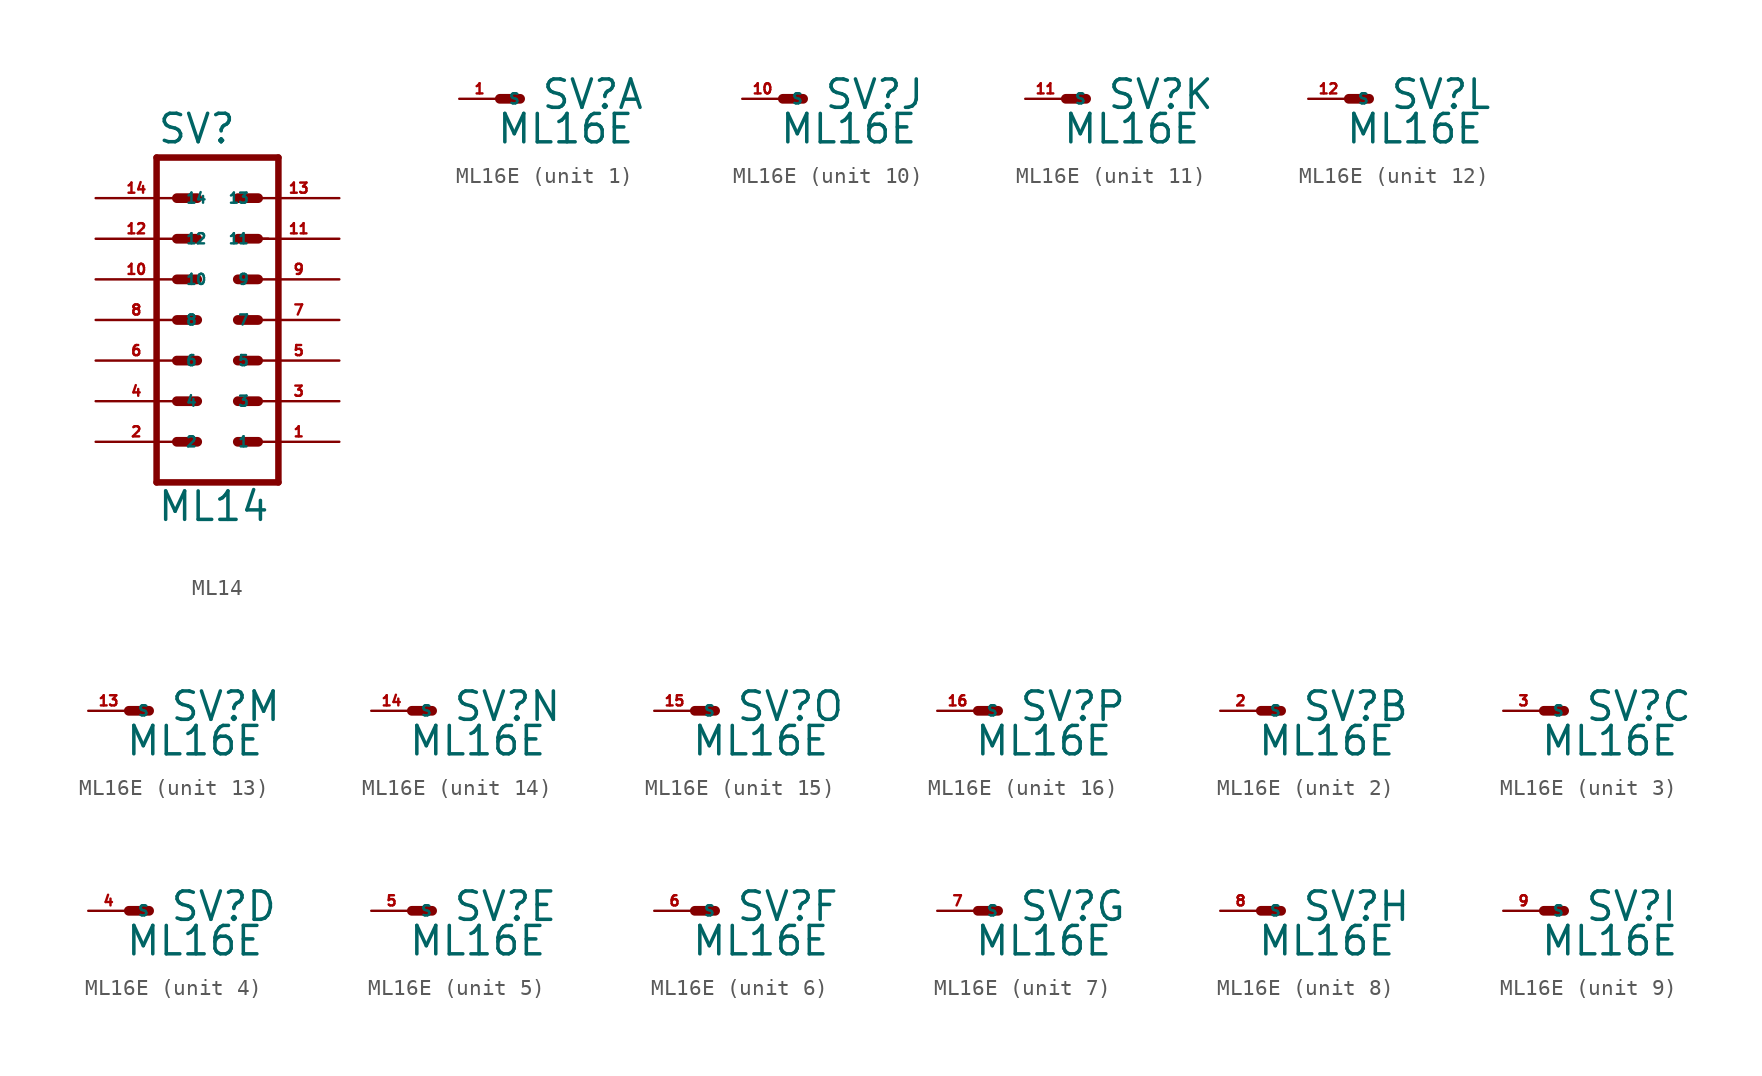
<source format=kicad_sym>
(kicad_symbol_lib
  (version 20220914)
  (generator Eagle2Kicad)
  (symbol "ML14"
    (property "Reference" "SV"
      (at -3.81 10.922 0)
      (effects (font (size 1.778 1.778) (thickness 0.22)) (justify left bottom)))
    (property "Value" "ML14"
      (at -3.81 -12.7 0)
      (effects (font (size 1.778 1.778) (thickness 0.22)) (justify left bottom)))
    (polyline
      (pts (xy 3.81 -10.16) (xy -3.81 -10.16))
      (stroke (width 0.406) (type default))
      (fill (type none)))
    (polyline
      (pts (xy -3.81 10.16) (xy -3.81 -10.16))
      (stroke (width 0.406) (type default))
      (fill (type none)))
    (polyline
      (pts (xy -3.81 10.16) (xy 3.81 10.16))
      (stroke (width 0.406) (type default))
      (fill (type none)))
    (polyline
      (pts (xy 3.81 -10.16) (xy 3.81 10.16))
      (stroke (width 0.406) (type default))
      (fill (type none)))
    (polyline
      (pts (xy 2.54 5.08) (xy 3.175 5.08))
      (stroke (width 0.152) (type default))
      (fill (type none)))
    (polyline
      (pts (xy 1.27 2.54) (xy 2.54 2.54))
      (stroke (width 0.61) (type default))
      (fill (type none)))
    (polyline
      (pts (xy 1.27 0) (xy 2.54 0))
      (stroke (width 0.61) (type default))
      (fill (type none)))
    (polyline
      (pts (xy 1.27 -2.54) (xy 2.54 -2.54))
      (stroke (width 0.61) (type default))
      (fill (type none)))
    (polyline
      (pts (xy 1.27 -5.08) (xy 2.54 -5.08))
      (stroke (width 0.61) (type default))
      (fill (type none)))
    (polyline
      (pts (xy 1.27 -7.62) (xy 2.54 -7.62))
      (stroke (width 0.61) (type default))
      (fill (type none)))
    (polyline
      (pts (xy -2.54 2.54) (xy -1.27 2.54))
      (stroke (width 0.61) (type default))
      (fill (type none)))
    (polyline
      (pts (xy -2.54 0) (xy -1.27 0))
      (stroke (width 0.61) (type default))
      (fill (type none)))
    (polyline
      (pts (xy -2.54 -2.54) (xy -1.27 -2.54))
      (stroke (width 0.61) (type default))
      (fill (type none)))
    (polyline
      (pts (xy -2.54 -5.08) (xy -1.27 -5.08))
      (stroke (width 0.61) (type default))
      (fill (type none)))
    (polyline
      (pts (xy -2.54 -7.62) (xy -1.27 -7.62))
      (stroke (width 0.61) (type default))
      (fill (type none)))
    (polyline
      (pts (xy 1.27 5.08) (xy 2.54 5.08))
      (stroke (width 0.61) (type default))
      (fill (type none)))
    (polyline
      (pts (xy 1.27 7.62) (xy 2.54 7.62))
      (stroke (width 0.61) (type default))
      (fill (type none)))
    (polyline
      (pts (xy -2.54 5.08) (xy -1.27 5.08))
      (stroke (width 0.61) (type default))
      (fill (type none)))
    (polyline
      (pts (xy -2.54 7.62) (xy -1.27 7.62))
      (stroke (width 0.61) (type default))
      (fill (type none)))
    (pin passive line
      (at 7.62 -7.62 180)
      (length 5.08)
      (name "1" (effects (font (size 0.635 0.635) (thickness 0.08)) (justify left bottom)))
      (number "1" (effects (font (size 0.635 0.635) (thickness 0.08)) (justify left bottom))))
    (pin passive line
      (at 7.62 -5.08 180)
      (length 5.08)
      (name "3" (effects (font (size 0.635 0.635) (thickness 0.08)) (justify left bottom)))
      (number "3" (effects (font (size 0.635 0.635) (thickness 0.08)) (justify left bottom))))
    (pin passive line
      (at 7.62 -2.54 180)
      (length 5.08)
      (name "5" (effects (font (size 0.635 0.635) (thickness 0.08)) (justify left bottom)))
      (number "5" (effects (font (size 0.635 0.635) (thickness 0.08)) (justify left bottom))))
    (pin passive line
      (at 7.62 0 180)
      (length 5.08)
      (name "7" (effects (font (size 0.635 0.635) (thickness 0.08)) (justify left bottom)))
      (number "7" (effects (font (size 0.635 0.635) (thickness 0.08)) (justify left bottom))))
    (pin passive line
      (at 7.62 2.54 180)
      (length 5.08)
      (name "9" (effects (font (size 0.635 0.635) (thickness 0.08)) (justify left bottom)))
      (number "9" (effects (font (size 0.635 0.635) (thickness 0.08)) (justify left bottom))))
    (pin passive line
      (at 7.62 5.08 180)
      (length 5.08)
      (name "11" (effects (font (size 0.635 0.635) (thickness 0.08)) (justify left bottom)))
      (number "11" (effects (font (size 0.635 0.635) (thickness 0.08)) (justify left bottom))))
    (pin passive line
      (at 7.62 7.62 180)
      (length 5.08)
      (name "13" (effects (font (size 0.635 0.635) (thickness 0.08)) (justify left bottom)))
      (number "13" (effects (font (size 0.635 0.635) (thickness 0.08)) (justify left bottom))))
    (pin passive line
      (at -7.62 -7.62 0)
      (length 5.08)
      (name "2" (effects (font (size 0.635 0.635) (thickness 0.08)) (justify left bottom)))
      (number "2" (effects (font (size 0.635 0.635) (thickness 0.08)) (justify left bottom))))
    (pin passive line
      (at -7.62 -5.08 0)
      (length 5.08)
      (name "4" (effects (font (size 0.635 0.635) (thickness 0.08)) (justify left bottom)))
      (number "4" (effects (font (size 0.635 0.635) (thickness 0.08)) (justify left bottom))))
    (pin passive line
      (at -7.62 -2.54 0)
      (length 5.08)
      (name "6" (effects (font (size 0.635 0.635) (thickness 0.08)) (justify left bottom)))
      (number "6" (effects (font (size 0.635 0.635) (thickness 0.08)) (justify left bottom))))
    (pin passive line
      (at -7.62 5.08 0)
      (length 5.08)
      (name "12" (effects (font (size 0.635 0.635) (thickness 0.08)) (justify left bottom)))
      (number "12" (effects (font (size 0.635 0.635) (thickness 0.08)) (justify left bottom))))
    (pin passive line
      (at -7.62 7.62 0)
      (length 5.08)
      (name "14" (effects (font (size 0.635 0.635) (thickness 0.08)) (justify left bottom)))
      (number "14" (effects (font (size 0.635 0.635) (thickness 0.08)) (justify left bottom))))
    (pin passive line
      (at -7.62 0 0)
      (length 5.08)
      (name "8" (effects (font (size 0.635 0.635) (thickness 0.08)) (justify left bottom)))
      (number "8" (effects (font (size 0.635 0.635) (thickness 0.08)) (justify left bottom))))
    (pin passive line
      (at -7.62 2.54 0)
      (length 5.08)
      (name "10" (effects (font (size 0.635 0.635) (thickness 0.08)) (justify left bottom)))
      (number "10" (effects (font (size 0.635 0.635) (thickness 0.08)) (justify left bottom)))))
  (symbol "ML16E"
    (property "Reference" "SV"
      (at 2.54 -0.762 0)
      (effects (font (size 1.778 1.778) (thickness 0.22)) (justify left bottom)))
    (property "Value" "ML16E"
      (at -0.254 -2.921 0)
      (effects (font (size 1.778 1.778) (thickness 0.22)) (justify left bottom)))
    (symbol "ML16E_1_0"
      (polyline (pts (xy 1.27 0) (xy 0 0)) (stroke (width 0.61) (type default)) (fill (type none)))
      (pin passive line (at -2.54 0 0) (length 2.54) (name "S" (effects (font (size 0.635 0.635) (thickness 0.08)) (justify left bottom))) (number "1" (effects (font (size 0.635 0.635) (thickness 0.08)) (justify left bottom)))))
    (symbol "ML16E_2_0"
      (polyline (pts (xy 1.27 0) (xy 0 0)) (stroke (width 0.61) (type default)) (fill (type none)))
      (pin passive line (at -2.54 0 0) (length 2.54) (name "S" (effects (font (size 0.635 0.635) (thickness 0.08)) (justify left bottom))) (number "2" (effects (font (size 0.635 0.635) (thickness 0.08)) (justify left bottom)))))
    (symbol "ML16E_3_0"
      (polyline (pts (xy 1.27 0) (xy 0 0)) (stroke (width 0.61) (type default)) (fill (type none)))
      (pin passive line (at -2.54 0 0) (length 2.54) (name "S" (effects (font (size 0.635 0.635) (thickness 0.08)) (justify left bottom))) (number "3" (effects (font (size 0.635 0.635) (thickness 0.08)) (justify left bottom)))))
    (symbol "ML16E_4_0"
      (polyline (pts (xy 1.27 0) (xy 0 0)) (stroke (width 0.61) (type default)) (fill (type none)))
      (pin passive line (at -2.54 0 0) (length 2.54) (name "S" (effects (font (size 0.635 0.635) (thickness 0.08)) (justify left bottom))) (number "4" (effects (font (size 0.635 0.635) (thickness 0.08)) (justify left bottom)))))
    (symbol "ML16E_5_0"
      (polyline (pts (xy 1.27 0) (xy 0 0)) (stroke (width 0.61) (type default)) (fill (type none)))
      (pin passive line (at -2.54 0 0) (length 2.54) (name "S" (effects (font (size 0.635 0.635) (thickness 0.08)) (justify left bottom))) (number "5" (effects (font (size 0.635 0.635) (thickness 0.08)) (justify left bottom)))))
    (symbol "ML16E_6_0"
      (polyline (pts (xy 1.27 0) (xy 0 0)) (stroke (width 0.61) (type default)) (fill (type none)))
      (pin passive line (at -2.54 0 0) (length 2.54) (name "S" (effects (font (size 0.635 0.635) (thickness 0.08)) (justify left bottom))) (number "6" (effects (font (size 0.635 0.635) (thickness 0.08)) (justify left bottom)))))
    (symbol "ML16E_7_0"
      (polyline (pts (xy 1.27 0) (xy 0 0)) (stroke (width 0.61) (type default)) (fill (type none)))
      (pin passive line (at -2.54 0 0) (length 2.54) (name "S" (effects (font (size 0.635 0.635) (thickness 0.08)) (justify left bottom))) (number "7" (effects (font (size 0.635 0.635) (thickness 0.08)) (justify left bottom)))))
    (symbol "ML16E_8_0"
      (polyline (pts (xy 1.27 0) (xy 0 0)) (stroke (width 0.61) (type default)) (fill (type none)))
      (pin passive line (at -2.54 0 0) (length 2.54) (name "S" (effects (font (size 0.635 0.635) (thickness 0.08)) (justify left bottom))) (number "8" (effects (font (size 0.635 0.635) (thickness 0.08)) (justify left bottom)))))
    (symbol "ML16E_9_0"
      (polyline (pts (xy 1.27 0) (xy 0 0)) (stroke (width 0.61) (type default)) (fill (type none)))
      (pin passive line (at -2.54 0 0) (length 2.54) (name "S" (effects (font (size 0.635 0.635) (thickness 0.08)) (justify left bottom))) (number "9" (effects (font (size 0.635 0.635) (thickness 0.08)) (justify left bottom)))))
    (symbol "ML16E_10_0"
      (polyline (pts (xy 1.27 0) (xy 0 0)) (stroke (width 0.61) (type default)) (fill (type none)))
      (pin passive line (at -2.54 0 0) (length 2.54) (name "S" (effects (font (size 0.635 0.635) (thickness 0.08)) (justify left bottom))) (number "10" (effects (font (size 0.635 0.635) (thickness 0.08)) (justify left bottom)))))
    (symbol "ML16E_11_0"
      (polyline (pts (xy 1.27 0) (xy 0 0)) (stroke (width 0.61) (type default)) (fill (type none)))
      (pin passive line (at -2.54 0 0) (length 2.54) (name "S" (effects (font (size 0.635 0.635) (thickness 0.08)) (justify left bottom))) (number "11" (effects (font (size 0.635 0.635) (thickness 0.08)) (justify left bottom)))))
    (symbol "ML16E_12_0"
      (polyline (pts (xy 1.27 0) (xy 0 0)) (stroke (width 0.61) (type default)) (fill (type none)))
      (pin passive line (at -2.54 0 0) (length 2.54) (name "S" (effects (font (size 0.635 0.635) (thickness 0.08)) (justify left bottom))) (number "12" (effects (font (size 0.635 0.635) (thickness 0.08)) (justify left bottom)))))
    (symbol "ML16E_13_0"
      (polyline (pts (xy 1.27 0) (xy 0 0)) (stroke (width 0.61) (type default)) (fill (type none)))
      (pin passive line (at -2.54 0 0) (length 2.54) (name "S" (effects (font (size 0.635 0.635) (thickness 0.08)) (justify left bottom))) (number "13" (effects (font (size 0.635 0.635) (thickness 0.08)) (justify left bottom)))))
    (symbol "ML16E_14_0"
      (polyline (pts (xy 1.27 0) (xy 0 0)) (stroke (width 0.61) (type default)) (fill (type none)))
      (pin passive line (at -2.54 0 0) (length 2.54) (name "S" (effects (font (size 0.635 0.635) (thickness 0.08)) (justify left bottom))) (number "14" (effects (font (size 0.635 0.635) (thickness 0.08)) (justify left bottom)))))
    (symbol "ML16E_15_0"
      (polyline (pts (xy 1.27 0) (xy 0 0)) (stroke (width 0.61) (type default)) (fill (type none)))
      (pin passive line (at -2.54 0 0) (length 2.54) (name "S" (effects (font (size 0.635 0.635) (thickness 0.08)) (justify left bottom))) (number "15" (effects (font (size 0.635 0.635) (thickness 0.08)) (justify left bottom)))))
    (symbol "ML16E_16_0"
      (polyline (pts (xy 1.27 0) (xy 0 0)) (stroke (width 0.61) (type default)) (fill (type none)))
      (pin passive line (at -2.54 0 0) (length 2.54) (name "S" (effects (font (size 0.635 0.635) (thickness 0.08)) (justify left bottom))) (number "16" (effects (font (size 0.635 0.635) (thickness 0.08)) (justify left bottom)))))))
</source>
